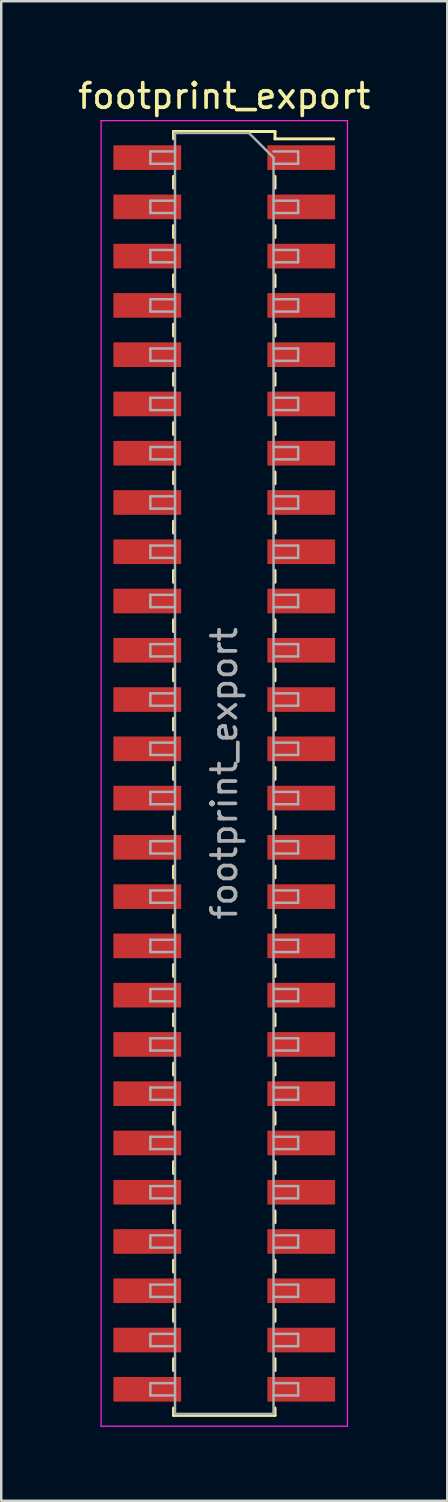
<source format=kicad_pcb>
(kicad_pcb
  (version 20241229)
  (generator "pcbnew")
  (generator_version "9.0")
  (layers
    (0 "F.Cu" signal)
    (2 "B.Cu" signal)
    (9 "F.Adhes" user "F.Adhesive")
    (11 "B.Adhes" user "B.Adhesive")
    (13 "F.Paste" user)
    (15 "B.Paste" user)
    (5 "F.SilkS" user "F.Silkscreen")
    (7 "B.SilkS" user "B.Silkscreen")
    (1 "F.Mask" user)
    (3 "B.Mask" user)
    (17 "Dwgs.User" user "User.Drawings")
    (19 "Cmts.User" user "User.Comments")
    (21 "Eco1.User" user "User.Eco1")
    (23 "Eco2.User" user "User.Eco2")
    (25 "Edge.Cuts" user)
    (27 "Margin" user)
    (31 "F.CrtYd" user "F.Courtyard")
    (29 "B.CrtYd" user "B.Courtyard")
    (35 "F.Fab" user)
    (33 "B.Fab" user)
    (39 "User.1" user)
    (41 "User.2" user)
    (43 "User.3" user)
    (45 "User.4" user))
  (footprint "footprint_export"
    (layer "F.Cu")
    (at 6.054 28.348)
    (property "Reference" "footprint_export" (at 0 -27.5 0) (layer "F.SilkS") (effects (font (size 1 1) (thickness 0.15))))
    (attr smd)
    (fp_line (start -2.06 -26.06) (end -2.06 -25.76) (stroke (width 0.12) (type solid)) (layer "F.SilkS"))
    (fp_line (start -2.06 -26.06) (end 2.06 -26.06) (stroke (width 0.12) (type solid)) (layer "F.SilkS"))
    (fp_line (start -2.06 -24.24) (end -2.06 -23.76) (stroke (width 0.12) (type solid)) (layer "F.SilkS"))
    (fp_line (start -2.06 -22.24) (end -2.06 -21.76) (stroke (width 0.12) (type solid)) (layer "F.SilkS"))
    (fp_line (start -2.06 -20.24) (end -2.06 -19.76) (stroke (width 0.12) (type solid)) (layer "F.SilkS"))
    (fp_line (start -2.06 -18.24) (end -2.06 -17.76) (stroke (width 0.12) (type solid)) (layer "F.SilkS"))
    (fp_line (start -2.06 -16.24) (end -2.06 -15.76) (stroke (width 0.12) (type solid)) (layer "F.SilkS"))
    (fp_line (start -2.06 -14.24) (end -2.06 -13.76) (stroke (width 0.12) (type solid)) (layer "F.SilkS"))
    (fp_line (start -2.06 -12.24) (end -2.06 -11.76) (stroke (width 0.12) (type solid)) (layer "F.SilkS"))
    (fp_line (start -2.06 -10.24) (end -2.06 -9.76) (stroke (width 0.12) (type solid)) (layer "F.SilkS"))
    (fp_line (start -2.06 -8.24) (end -2.06 -7.76) (stroke (width 0.12) (type solid)) (layer "F.SilkS"))
    (fp_line (start -2.06 -6.24) (end -2.06 -5.76) (stroke (width 0.12) (type solid)) (layer "F.SilkS"))
    (fp_line (start -2.06 -4.24) (end -2.06 -3.76) (stroke (width 0.12) (type solid)) (layer "F.SilkS"))
    (fp_line (start -2.06 -2.24) (end -2.06 -1.76) (stroke (width 0.12) (type solid)) (layer "F.SilkS"))
    (fp_line (start -2.06 -0.24) (end -2.06 0.24) (stroke (width 0.12) (type solid)) (layer "F.SilkS"))
    (fp_line (start -2.06 1.76) (end -2.06 2.24) (stroke (width 0.12) (type solid)) (layer "F.SilkS"))
    (fp_line (start -2.06 3.76) (end -2.06 4.24) (stroke (width 0.12) (type solid)) (layer "F.SilkS"))
    (fp_line (start -2.06 5.76) (end -2.06 6.24) (stroke (width 0.12) (type solid)) (layer "F.SilkS"))
    (fp_line (start -2.06 7.76) (end -2.06 8.24) (stroke (width 0.12) (type solid)) (layer "F.SilkS"))
    (fp_line (start -2.06 9.76) (end -2.06 10.24) (stroke (width 0.12) (type solid)) (layer "F.SilkS"))
    (fp_line (start -2.06 11.76) (end -2.06 12.24) (stroke (width 0.12) (type solid)) (layer "F.SilkS"))
    (fp_line (start -2.06 13.76) (end -2.06 14.24) (stroke (width 0.12) (type solid)) (layer "F.SilkS"))
    (fp_line (start -2.06 15.76) (end -2.06 16.24) (stroke (width 0.12) (type solid)) (layer "F.SilkS"))
    (fp_line (start -2.06 17.76) (end -2.06 18.24) (stroke (width 0.12) (type solid)) (layer "F.SilkS"))
    (fp_line (start -2.06 19.76) (end -2.06 20.24) (stroke (width 0.12) (type solid)) (layer "F.SilkS"))
    (fp_line (start -2.06 21.76) (end -2.06 22.24) (stroke (width 0.12) (type solid)) (layer "F.SilkS"))
    (fp_line (start -2.06 23.76) (end -2.06 24.24) (stroke (width 0.12) (type solid)) (layer "F.SilkS"))
    (fp_line (start -2.06 25.76) (end -2.06 26.06) (stroke (width 0.12) (type solid)) (layer "F.SilkS"))
    (fp_line (start -2.06 26.06) (end 2.06 26.06) (stroke (width 0.12) (type solid)) (layer "F.SilkS"))
    (fp_line (start 2.06 -26.06) (end 2.06 -25.76) (stroke (width 0.12) (type solid)) (layer "F.SilkS"))
    (fp_line (start 2.06 -25.76) (end 4.44 -25.76) (stroke (width 0.12) (type solid)) (layer "F.SilkS"))
    (fp_line (start 2.06 -24.24) (end 2.06 -23.76) (stroke (width 0.12) (type solid)) (layer "F.SilkS"))
    (fp_line (start 2.06 -22.24) (end 2.06 -21.76) (stroke (width 0.12) (type solid)) (layer "F.SilkS"))
    (fp_line (start 2.06 -20.24) (end 2.06 -19.76) (stroke (width 0.12) (type solid)) (layer "F.SilkS"))
    (fp_line (start 2.06 -18.24) (end 2.06 -17.76) (stroke (width 0.12) (type solid)) (layer "F.SilkS"))
    (fp_line (start 2.06 -16.24) (end 2.06 -15.76) (stroke (width 0.12) (type solid)) (layer "F.SilkS"))
    (fp_line (start 2.06 -14.24) (end 2.06 -13.76) (stroke (width 0.12) (type solid)) (layer "F.SilkS"))
    (fp_line (start 2.06 -12.24) (end 2.06 -11.76) (stroke (width 0.12) (type solid)) (layer "F.SilkS"))
    (fp_line (start 2.06 -10.24) (end 2.06 -9.76) (stroke (width 0.12) (type solid)) (layer "F.SilkS"))
    (fp_line (start 2.06 -8.24) (end 2.06 -7.76) (stroke (width 0.12) (type solid)) (layer "F.SilkS"))
    (fp_line (start 2.06 -6.24) (end 2.06 -5.76) (stroke (width 0.12) (type solid)) (layer "F.SilkS"))
    (fp_line (start 2.06 -4.24) (end 2.06 -3.76) (stroke (width 0.12) (type solid)) (layer "F.SilkS"))
    (fp_line (start 2.06 -2.24) (end 2.06 -1.76) (stroke (width 0.12) (type solid)) (layer "F.SilkS"))
    (fp_line (start 2.06 -0.24) (end 2.06 0.24) (stroke (width 0.12) (type solid)) (layer "F.SilkS"))
    (fp_line (start 2.06 1.76) (end 2.06 2.24) (stroke (width 0.12) (type solid)) (layer "F.SilkS"))
    (fp_line (start 2.06 3.76) (end 2.06 4.24) (stroke (width 0.12) (type solid)) (layer "F.SilkS"))
    (fp_line (start 2.06 5.76) (end 2.06 6.24) (stroke (width 0.12) (type solid)) (layer "F.SilkS"))
    (fp_line (start 2.06 7.76) (end 2.06 8.24) (stroke (width 0.12) (type solid)) (layer "F.SilkS"))
    (fp_line (start 2.06 9.76) (end 2.06 10.24) (stroke (width 0.12) (type solid)) (layer "F.SilkS"))
    (fp_line (start 2.06 11.76) (end 2.06 12.24) (stroke (width 0.12) (type solid)) (layer "F.SilkS"))
    (fp_line (start 2.06 13.76) (end 2.06 14.24) (stroke (width 0.12) (type solid)) (layer "F.SilkS"))
    (fp_line (start 2.06 15.76) (end 2.06 16.24) (stroke (width 0.12) (type solid)) (layer "F.SilkS"))
    (fp_line (start 2.06 17.76) (end 2.06 18.24) (stroke (width 0.12) (type solid)) (layer "F.SilkS"))
    (fp_line (start 2.06 19.76) (end 2.06 20.24) (stroke (width 0.12) (type solid)) (layer "F.SilkS"))
    (fp_line (start 2.06 21.76) (end 2.06 22.24) (stroke (width 0.12) (type solid)) (layer "F.SilkS"))
    (fp_line (start 2.06 23.76) (end 2.06 24.24) (stroke (width 0.12) (type solid)) (layer "F.SilkS"))
    (fp_line (start 2.06 25.76) (end 2.06 26.06) (stroke (width 0.12) (type solid)) (layer "F.SilkS"))
    (fp_line (start -5 -26.5) (end 5 -26.5) (stroke (width 0.05) (type solid)) (layer "F.CrtYd"))
    (fp_line (start -5 26.5) (end -5 -26.5) (stroke (width 0.05) (type solid)) (layer "F.CrtYd"))
    (fp_line (start 5 -26.5) (end 5 26.5) (stroke (width 0.05) (type solid)) (layer "F.CrtYd"))
    (fp_line (start 5 26.5) (end -5 26.5) (stroke (width 0.05) (type solid)) (layer "F.CrtYd"))
    (fp_line (start -3 -25.25) (end -2 -25.25) (stroke (width 0.1) (type solid)) (layer "F.Fab"))
    (fp_line (start -3 -24.75) (end -3 -25.25) (stroke (width 0.1) (type solid)) (layer "F.Fab"))
    (fp_line (start -3 -23.25) (end -2 -23.25) (stroke (width 0.1) (type solid)) (layer "F.Fab"))
    (fp_line (start -3 -22.75) (end -3 -23.25) (stroke (width 0.1) (type solid)) (layer "F.Fab"))
    (fp_line (start -3 -21.25) (end -2 -21.25) (stroke (width 0.1) (type solid)) (layer "F.Fab"))
    (fp_line (start -3 -20.75) (end -3 -21.25) (stroke (width 0.1) (type solid)) (layer "F.Fab"))
    (fp_line (start -3 -19.25) (end -2 -19.25) (stroke (width 0.1) (type solid)) (layer "F.Fab"))
    (fp_line (start -3 -18.75) (end -3 -19.25) (stroke (width 0.1) (type solid)) (layer "F.Fab"))
    (fp_line (start -3 -17.25) (end -2 -17.25) (stroke (width 0.1) (type solid)) (layer "F.Fab"))
    (fp_line (start -3 -16.75) (end -3 -17.25) (stroke (width 0.1) (type solid)) (layer "F.Fab"))
    (fp_line (start -3 -15.25) (end -2 -15.25) (stroke (width 0.1) (type solid)) (layer "F.Fab"))
    (fp_line (start -3 -14.75) (end -3 -15.25) (stroke (width 0.1) (type solid)) (layer "F.Fab"))
    (fp_line (start -3 -13.25) (end -2 -13.25) (stroke (width 0.1) (type solid)) (layer "F.Fab"))
    (fp_line (start -3 -12.75) (end -3 -13.25) (stroke (width 0.1) (type solid)) (layer "F.Fab"))
    (fp_line (start -3 -11.25) (end -2 -11.25) (stroke (width 0.1) (type solid)) (layer "F.Fab"))
    (fp_line (start -3 -10.75) (end -3 -11.25) (stroke (width 0.1) (type solid)) (layer "F.Fab"))
    (fp_line (start -3 -9.25) (end -2 -9.25) (stroke (width 0.1) (type solid)) (layer "F.Fab"))
    (fp_line (start -3 -8.75) (end -3 -9.25) (stroke (width 0.1) (type solid)) (layer "F.Fab"))
    (fp_line (start -3 -7.25) (end -2 -7.25) (stroke (width 0.1) (type solid)) (layer "F.Fab"))
    (fp_line (start -3 -6.75) (end -3 -7.25) (stroke (width 0.1) (type solid)) (layer "F.Fab"))
    (fp_line (start -3 -5.25) (end -2 -5.25) (stroke (width 0.1) (type solid)) (layer "F.Fab"))
    (fp_line (start -3 -4.75) (end -3 -5.25) (stroke (width 0.1) (type solid)) (layer "F.Fab"))
    (fp_line (start -3 -3.25) (end -2 -3.25) (stroke (width 0.1) (type solid)) (layer "F.Fab"))
    (fp_line (start -3 -2.75) (end -3 -3.25) (stroke (width 0.1) (type solid)) (layer "F.Fab"))
    (fp_line (start -3 -1.25) (end -2 -1.25) (stroke (width 0.1) (type solid)) (layer "F.Fab"))
    (fp_line (start -3 -0.75) (end -3 -1.25) (stroke (width 0.1) (type solid)) (layer "F.Fab"))
    (fp_line (start -3 0.75) (end -2 0.75) (stroke (width 0.1) (type solid)) (layer "F.Fab"))
    (fp_line (start -3 1.25) (end -3 0.75) (stroke (width 0.1) (type solid)) (layer "F.Fab"))
    (fp_line (start -3 2.75) (end -2 2.75) (stroke (width 0.1) (type solid)) (layer "F.Fab"))
    (fp_line (start -3 3.25) (end -3 2.75) (stroke (width 0.1) (type solid)) (layer "F.Fab"))
    (fp_line (start -3 4.75) (end -2 4.75) (stroke (width 0.1) (type solid)) (layer "F.Fab"))
    (fp_line (start -3 5.25) (end -3 4.75) (stroke (width 0.1) (type solid)) (layer "F.Fab"))
    (fp_line (start -3 6.75) (end -2 6.75) (stroke (width 0.1) (type solid)) (layer "F.Fab"))
    (fp_line (start -3 7.25) (end -3 6.75) (stroke (width 0.1) (type solid)) (layer "F.Fab"))
    (fp_line (start -3 8.75) (end -2 8.75) (stroke (width 0.1) (type solid)) (layer "F.Fab"))
    (fp_line (start -3 9.25) (end -3 8.75) (stroke (width 0.1) (type solid)) (layer "F.Fab"))
    (fp_line (start -3 10.75) (end -2 10.75) (stroke (width 0.1) (type solid)) (layer "F.Fab"))
    (fp_line (start -3 11.25) (end -3 10.75) (stroke (width 0.1) (type solid)) (layer "F.Fab"))
    (fp_line (start -3 12.75) (end -2 12.75) (stroke (width 0.1) (type solid)) (layer "F.Fab"))
    (fp_line (start -3 13.25) (end -3 12.75) (stroke (width 0.1) (type solid)) (layer "F.Fab"))
    (fp_line (start -3 14.75) (end -2 14.75) (stroke (width 0.1) (type solid)) (layer "F.Fab"))
    (fp_line (start -3 15.25) (end -3 14.75) (stroke (width 0.1) (type solid)) (layer "F.Fab"))
    (fp_line (start -3 16.75) (end -2 16.75) (stroke (width 0.1) (type solid)) (layer "F.Fab"))
    (fp_line (start -3 17.25) (end -3 16.75) (stroke (width 0.1) (type solid)) (layer "F.Fab"))
    (fp_line (start -3 18.75) (end -2 18.75) (stroke (width 0.1) (type solid)) (layer "F.Fab"))
    (fp_line (start -3 19.25) (end -3 18.75) (stroke (width 0.1) (type solid)) (layer "F.Fab"))
    (fp_line (start -3 20.75) (end -2 20.75) (stroke (width 0.1) (type solid)) (layer "F.Fab"))
    (fp_line (start -3 21.25) (end -3 20.75) (stroke (width 0.1) (type solid)) (layer "F.Fab"))
    (fp_line (start -3 22.75) (end -2 22.75) (stroke (width 0.1) (type solid)) (layer "F.Fab"))
    (fp_line (start -3 23.25) (end -3 22.75) (stroke (width 0.1) (type solid)) (layer "F.Fab"))
    (fp_line (start -3 24.75) (end -2 24.75) (stroke (width 0.1) (type solid)) (layer "F.Fab"))
    (fp_line (start -3 25.25) (end -3 24.75) (stroke (width 0.1) (type solid)) (layer "F.Fab"))
    (fp_line (start -2 -26) (end 1 -26) (stroke (width 0.1) (type solid)) (layer "F.Fab"))
    (fp_line (start -2 -24.75) (end -3 -24.75) (stroke (width 0.1) (type solid)) (layer "F.Fab"))
    (fp_line (start -2 -22.75) (end -3 -22.75) (stroke (width 0.1) (type solid)) (layer "F.Fab"))
    (fp_line (start -2 -20.75) (end -3 -20.75) (stroke (width 0.1) (type solid)) (layer "F.Fab"))
    (fp_line (start -2 -18.75) (end -3 -18.75) (stroke (width 0.1) (type solid)) (layer "F.Fab"))
    (fp_line (start -2 -16.75) (end -3 -16.75) (stroke (width 0.1) (type solid)) (layer "F.Fab"))
    (fp_line (start -2 -14.75) (end -3 -14.75) (stroke (width 0.1) (type solid)) (layer "F.Fab"))
    (fp_line (start -2 -12.75) (end -3 -12.75) (stroke (width 0.1) (type solid)) (layer "F.Fab"))
    (fp_line (start -2 -10.75) (end -3 -10.75) (stroke (width 0.1) (type solid)) (layer "F.Fab"))
    (fp_line (start -2 -8.75) (end -3 -8.75) (stroke (width 0.1) (type solid)) (layer "F.Fab"))
    (fp_line (start -2 -6.75) (end -3 -6.75) (stroke (width 0.1) (type solid)) (layer "F.Fab"))
    (fp_line (start -2 -4.75) (end -3 -4.75) (stroke (width 0.1) (type solid)) (layer "F.Fab"))
    (fp_line (start -2 -2.75) (end -3 -2.75) (stroke (width 0.1) (type solid)) (layer "F.Fab"))
    (fp_line (start -2 -0.75) (end -3 -0.75) (stroke (width 0.1) (type solid)) (layer "F.Fab"))
    (fp_line (start -2 1.25) (end -3 1.25) (stroke (width 0.1) (type solid)) (layer "F.Fab"))
    (fp_line (start -2 3.25) (end -3 3.25) (stroke (width 0.1) (type solid)) (layer "F.Fab"))
    (fp_line (start -2 5.25) (end -3 5.25) (stroke (width 0.1) (type solid)) (layer "F.Fab"))
    (fp_line (start -2 7.25) (end -3 7.25) (stroke (width 0.1) (type solid)) (layer "F.Fab"))
    (fp_line (start -2 9.25) (end -3 9.25) (stroke (width 0.1) (type solid)) (layer "F.Fab"))
    (fp_line (start -2 11.25) (end -3 11.25) (stroke (width 0.1) (type solid)) (layer "F.Fab"))
    (fp_line (start -2 13.25) (end -3 13.25) (stroke (width 0.1) (type solid)) (layer "F.Fab"))
    (fp_line (start -2 15.25) (end -3 15.25) (stroke (width 0.1) (type solid)) (layer "F.Fab"))
    (fp_line (start -2 17.25) (end -3 17.25) (stroke (width 0.1) (type solid)) (layer "F.Fab"))
    (fp_line (start -2 19.25) (end -3 19.25) (stroke (width 0.1) (type solid)) (layer "F.Fab"))
    (fp_line (start -2 21.25) (end -3 21.25) (stroke (width 0.1) (type solid)) (layer "F.Fab"))
    (fp_line (start -2 23.25) (end -3 23.25) (stroke (width 0.1) (type solid)) (layer "F.Fab"))
    (fp_line (start -2 25.25) (end -3 25.25) (stroke (width 0.1) (type solid)) (layer "F.Fab"))
    (fp_line (start -2 26) (end -2 -26) (stroke (width 0.1) (type solid)) (layer "F.Fab"))
    (fp_line (start 1 -26) (end 2 -25) (stroke (width 0.1) (type solid)) (layer "F.Fab"))
    (fp_line (start 2 -25.25) (end 3 -25.25) (stroke (width 0.1) (type solid)) (layer "F.Fab"))
    (fp_line (start 2 -25) (end 2 26) (stroke (width 0.1) (type solid)) (layer "F.Fab"))
    (fp_line (start 2 -23.25) (end 3 -23.25) (stroke (width 0.1) (type solid)) (layer "F.Fab"))
    (fp_line (start 2 -21.25) (end 3 -21.25) (stroke (width 0.1) (type solid)) (layer "F.Fab"))
    (fp_line (start 2 -19.25) (end 3 -19.25) (stroke (width 0.1) (type solid)) (layer "F.Fab"))
    (fp_line (start 2 -17.25) (end 3 -17.25) (stroke (width 0.1) (type solid)) (layer "F.Fab"))
    (fp_line (start 2 -15.25) (end 3 -15.25) (stroke (width 0.1) (type solid)) (layer "F.Fab"))
    (fp_line (start 2 -13.25) (end 3 -13.25) (stroke (width 0.1) (type solid)) (layer "F.Fab"))
    (fp_line (start 2 -11.25) (end 3 -11.25) (stroke (width 0.1) (type solid)) (layer "F.Fab"))
    (fp_line (start 2 -9.25) (end 3 -9.25) (stroke (width 0.1) (type solid)) (layer "F.Fab"))
    (fp_line (start 2 -7.25) (end 3 -7.25) (stroke (width 0.1) (type solid)) (layer "F.Fab"))
    (fp_line (start 2 -5.25) (end 3 -5.25) (stroke (width 0.1) (type solid)) (layer "F.Fab"))
    (fp_line (start 2 -3.25) (end 3 -3.25) (stroke (width 0.1) (type solid)) (layer "F.Fab"))
    (fp_line (start 2 -1.25) (end 3 -1.25) (stroke (width 0.1) (type solid)) (layer "F.Fab"))
    (fp_line (start 2 0.75) (end 3 0.75) (stroke (width 0.1) (type solid)) (layer "F.Fab"))
    (fp_line (start 2 2.75) (end 3 2.75) (stroke (width 0.1) (type solid)) (layer "F.Fab"))
    (fp_line (start 2 4.75) (end 3 4.75) (stroke (width 0.1) (type solid)) (layer "F.Fab"))
    (fp_line (start 2 6.75) (end 3 6.75) (stroke (width 0.1) (type solid)) (layer "F.Fab"))
    (fp_line (start 2 8.75) (end 3 8.75) (stroke (width 0.1) (type solid)) (layer "F.Fab"))
    (fp_line (start 2 10.75) (end 3 10.75) (stroke (width 0.1) (type solid)) (layer "F.Fab"))
    (fp_line (start 2 12.75) (end 3 12.75) (stroke (width 0.1) (type solid)) (layer "F.Fab"))
    (fp_line (start 2 14.75) (end 3 14.75) (stroke (width 0.1) (type solid)) (layer "F.Fab"))
    (fp_line (start 2 16.75) (end 3 16.75) (stroke (width 0.1) (type solid)) (layer "F.Fab"))
    (fp_line (start 2 18.75) (end 3 18.75) (stroke (width 0.1) (type solid)) (layer "F.Fab"))
    (fp_line (start 2 20.75) (end 3 20.75) (stroke (width 0.1) (type solid)) (layer "F.Fab"))
    (fp_line (start 2 22.75) (end 3 22.75) (stroke (width 0.1) (type solid)) (layer "F.Fab"))
    (fp_line (start 2 24.75) (end 3 24.75) (stroke (width 0.1) (type solid)) (layer "F.Fab"))
    (fp_line (start 2 26) (end -2 26) (stroke (width 0.1) (type solid)) (layer "F.Fab"))
    (fp_line (start 3 -25.25) (end 3 -24.75) (stroke (width 0.1) (type solid)) (layer "F.Fab"))
    (fp_line (start 3 -24.75) (end 2 -24.75) (stroke (width 0.1) (type solid)) (layer "F.Fab"))
    (fp_line (start 3 -23.25) (end 3 -22.75) (stroke (width 0.1) (type solid)) (layer "F.Fab"))
    (fp_line (start 3 -22.75) (end 2 -22.75) (stroke (width 0.1) (type solid)) (layer "F.Fab"))
    (fp_line (start 3 -21.25) (end 3 -20.75) (stroke (width 0.1) (type solid)) (layer "F.Fab"))
    (fp_line (start 3 -20.75) (end 2 -20.75) (stroke (width 0.1) (type solid)) (layer "F.Fab"))
    (fp_line (start 3 -19.25) (end 3 -18.75) (stroke (width 0.1) (type solid)) (layer "F.Fab"))
    (fp_line (start 3 -18.75) (end 2 -18.75) (stroke (width 0.1) (type solid)) (layer "F.Fab"))
    (fp_line (start 3 -17.25) (end 3 -16.75) (stroke (width 0.1) (type solid)) (layer "F.Fab"))
    (fp_line (start 3 -16.75) (end 2 -16.75) (stroke (width 0.1) (type solid)) (layer "F.Fab"))
    (fp_line (start 3 -15.25) (end 3 -14.75) (stroke (width 0.1) (type solid)) (layer "F.Fab"))
    (fp_line (start 3 -14.75) (end 2 -14.75) (stroke (width 0.1) (type solid)) (layer "F.Fab"))
    (fp_line (start 3 -13.25) (end 3 -12.75) (stroke (width 0.1) (type solid)) (layer "F.Fab"))
    (fp_line (start 3 -12.75) (end 2 -12.75) (stroke (width 0.1) (type solid)) (layer "F.Fab"))
    (fp_line (start 3 -11.25) (end 3 -10.75) (stroke (width 0.1) (type solid)) (layer "F.Fab"))
    (fp_line (start 3 -10.75) (end 2 -10.75) (stroke (width 0.1) (type solid)) (layer "F.Fab"))
    (fp_line (start 3 -9.25) (end 3 -8.75) (stroke (width 0.1) (type solid)) (layer "F.Fab"))
    (fp_line (start 3 -8.75) (end 2 -8.75) (stroke (width 0.1) (type solid)) (layer "F.Fab"))
    (fp_line (start 3 -7.25) (end 3 -6.75) (stroke (width 0.1) (type solid)) (layer "F.Fab"))
    (fp_line (start 3 -6.75) (end 2 -6.75) (stroke (width 0.1) (type solid)) (layer "F.Fab"))
    (fp_line (start 3 -5.25) (end 3 -4.75) (stroke (width 0.1) (type solid)) (layer "F.Fab"))
    (fp_line (start 3 -4.75) (end 2 -4.75) (stroke (width 0.1) (type solid)) (layer "F.Fab"))
    (fp_line (start 3 -3.25) (end 3 -2.75) (stroke (width 0.1) (type solid)) (layer "F.Fab"))
    (fp_line (start 3 -2.75) (end 2 -2.75) (stroke (width 0.1) (type solid)) (layer "F.Fab"))
    (fp_line (start 3 -1.25) (end 3 -0.75) (stroke (width 0.1) (type solid)) (layer "F.Fab"))
    (fp_line (start 3 -0.75) (end 2 -0.75) (stroke (width 0.1) (type solid)) (layer "F.Fab"))
    (fp_line (start 3 0.75) (end 3 1.25) (stroke (width 0.1) (type solid)) (layer "F.Fab"))
    (fp_line (start 3 1.25) (end 2 1.25) (stroke (width 0.1) (type solid)) (layer "F.Fab"))
    (fp_line (start 3 2.75) (end 3 3.25) (stroke (width 0.1) (type solid)) (layer "F.Fab"))
    (fp_line (start 3 3.25) (end 2 3.25) (stroke (width 0.1) (type solid)) (layer "F.Fab"))
    (fp_line (start 3 4.75) (end 3 5.25) (stroke (width 0.1) (type solid)) (layer "F.Fab"))
    (fp_line (start 3 5.25) (end 2 5.25) (stroke (width 0.1) (type solid)) (layer "F.Fab"))
    (fp_line (start 3 6.75) (end 3 7.25) (stroke (width 0.1) (type solid)) (layer "F.Fab"))
    (fp_line (start 3 7.25) (end 2 7.25) (stroke (width 0.1) (type solid)) (layer "F.Fab"))
    (fp_line (start 3 8.75) (end 3 9.25) (stroke (width 0.1) (type solid)) (layer "F.Fab"))
    (fp_line (start 3 9.25) (end 2 9.25) (stroke (width 0.1) (type solid)) (layer "F.Fab"))
    (fp_line (start 3 10.75) (end 3 11.25) (stroke (width 0.1) (type solid)) (layer "F.Fab"))
    (fp_line (start 3 11.25) (end 2 11.25) (stroke (width 0.1) (type solid)) (layer "F.Fab"))
    (fp_line (start 3 12.75) (end 3 13.25) (stroke (width 0.1) (type solid)) (layer "F.Fab"))
    (fp_line (start 3 13.25) (end 2 13.25) (stroke (width 0.1) (type solid)) (layer "F.Fab"))
    (fp_line (start 3 14.75) (end 3 15.25) (stroke (width 0.1) (type solid)) (layer "F.Fab"))
    (fp_line (start 3 15.25) (end 2 15.25) (stroke (width 0.1) (type solid)) (layer "F.Fab"))
    (fp_line (start 3 16.75) (end 3 17.25) (stroke (width 0.1) (type solid)) (layer "F.Fab"))
    (fp_line (start 3 17.25) (end 2 17.25) (stroke (width 0.1) (type solid)) (layer "F.Fab"))
    (fp_line (start 3 18.75) (end 3 19.25) (stroke (width 0.1) (type solid)) (layer "F.Fab"))
    (fp_line (start 3 19.25) (end 2 19.25) (stroke (width 0.1) (type solid)) (layer "F.Fab"))
    (fp_line (start 3 20.75) (end 3 21.25) (stroke (width 0.1) (type solid)) (layer "F.Fab"))
    (fp_line (start 3 21.25) (end 2 21.25) (stroke (width 0.1) (type solid)) (layer "F.Fab"))
    (fp_line (start 3 22.75) (end 3 23.25) (stroke (width 0.1) (type solid)) (layer "F.Fab"))
    (fp_line (start 3 23.25) (end 2 23.25) (stroke (width 0.1) (type solid)) (layer "F.Fab"))
    (fp_line (start 3 24.75) (end 3 25.25) (stroke (width 0.1) (type solid)) (layer "F.Fab"))
    (fp_line (start 3 25.25) (end 2 25.25) (stroke (width 0.1) (type solid)) (layer "F.Fab"))
    (fp_text user "${REFERENCE}" (at 0 0 90) (layer "F.Fab") (effects (font (size 1 1) (thickness 0.15))))
    (pad "1" smd rect (at 3.125 -25) (size 2.75 1) (layers "F.Cu" "F.Mask" "F.Paste"))
    (pad "2" smd rect (at -3.125 -25) (size 2.75 1) (layers "F.Cu" "F.Mask" "F.Paste"))
    (pad "3" smd rect (at 3.125 -23) (size 2.75 1) (layers "F.Cu" "F.Mask" "F.Paste"))
    (pad "4" smd rect (at -3.125 -23) (size 2.75 1) (layers "F.Cu" "F.Mask" "F.Paste"))
    (pad "5" smd rect (at 3.125 -21) (size 2.75 1) (layers "F.Cu" "F.Mask" "F.Paste"))
    (pad "6" smd rect (at -3.125 -21) (size 2.75 1) (layers "F.Cu" "F.Mask" "F.Paste"))
    (pad "7" smd rect (at 3.125 -19) (size 2.75 1) (layers "F.Cu" "F.Mask" "F.Paste"))
    (pad "8" smd rect (at -3.125 -19) (size 2.75 1) (layers "F.Cu" "F.Mask" "F.Paste"))
    (pad "9" smd rect (at 3.125 -17) (size 2.75 1) (layers "F.Cu" "F.Mask" "F.Paste"))
    (pad "10" smd rect (at -3.125 -17) (size 2.75 1) (layers "F.Cu" "F.Mask" "F.Paste"))
    (pad "11" smd rect (at 3.125 -15) (size 2.75 1) (layers "F.Cu" "F.Mask" "F.Paste"))
    (pad "12" smd rect (at -3.125 -15) (size 2.75 1) (layers "F.Cu" "F.Mask" "F.Paste"))
    (pad "13" smd rect (at 3.125 -13) (size 2.75 1) (layers "F.Cu" "F.Mask" "F.Paste"))
    (pad "14" smd rect (at -3.125 -13) (size 2.75 1) (layers "F.Cu" "F.Mask" "F.Paste"))
    (pad "15" smd rect (at 3.125 -11) (size 2.75 1) (layers "F.Cu" "F.Mask" "F.Paste"))
    (pad "16" smd rect (at -3.125 -11) (size 2.75 1) (layers "F.Cu" "F.Mask" "F.Paste"))
    (pad "17" smd rect (at 3.125 -9) (size 2.75 1) (layers "F.Cu" "F.Mask" "F.Paste"))
    (pad "18" smd rect (at -3.125 -9) (size 2.75 1) (layers "F.Cu" "F.Mask" "F.Paste"))
    (pad "19" smd rect (at 3.125 -7) (size 2.75 1) (layers "F.Cu" "F.Mask" "F.Paste"))
    (pad "20" smd rect (at -3.125 -7) (size 2.75 1) (layers "F.Cu" "F.Mask" "F.Paste"))
    (pad "21" smd rect (at 3.125 -5) (size 2.75 1) (layers "F.Cu" "F.Mask" "F.Paste"))
    (pad "22" smd rect (at -3.125 -5) (size 2.75 1) (layers "F.Cu" "F.Mask" "F.Paste"))
    (pad "23" smd rect (at 3.125 -3) (size 2.75 1) (layers "F.Cu" "F.Mask" "F.Paste"))
    (pad "24" smd rect (at -3.125 -3) (size 2.75 1) (layers "F.Cu" "F.Mask" "F.Paste"))
    (pad "25" smd rect (at 3.125 -1) (size 2.75 1) (layers "F.Cu" "F.Mask" "F.Paste"))
    (pad "26" smd rect (at -3.125 -1) (size 2.75 1) (layers "F.Cu" "F.Mask" "F.Paste"))
    (pad "27" smd rect (at 3.125 1) (size 2.75 1) (layers "F.Cu" "F.Mask" "F.Paste"))
    (pad "28" smd rect (at -3.125 1) (size 2.75 1) (layers "F.Cu" "F.Mask" "F.Paste"))
    (pad "29" smd rect (at 3.125 3) (size 2.75 1) (layers "F.Cu" "F.Mask" "F.Paste"))
    (pad "30" smd rect (at -3.125 3) (size 2.75 1) (layers "F.Cu" "F.Mask" "F.Paste"))
    (pad "31" smd rect (at 3.125 5) (size 2.75 1) (layers "F.Cu" "F.Mask" "F.Paste"))
    (pad "32" smd rect (at -3.125 5) (size 2.75 1) (layers "F.Cu" "F.Mask" "F.Paste"))
    (pad "33" smd rect (at 3.125 7) (size 2.75 1) (layers "F.Cu" "F.Mask" "F.Paste"))
    (pad "34" smd rect (at -3.125 7) (size 2.75 1) (layers "F.Cu" "F.Mask" "F.Paste"))
    (pad "35" smd rect (at 3.125 9) (size 2.75 1) (layers "F.Cu" "F.Mask" "F.Paste"))
    (pad "36" smd rect (at -3.125 9) (size 2.75 1) (layers "F.Cu" "F.Mask" "F.Paste"))
    (pad "37" smd rect (at 3.125 11) (size 2.75 1) (layers "F.Cu" "F.Mask" "F.Paste"))
    (pad "38" smd rect (at -3.125 11) (size 2.75 1) (layers "F.Cu" "F.Mask" "F.Paste"))
    (pad "39" smd rect (at 3.125 13) (size 2.75 1) (layers "F.Cu" "F.Mask" "F.Paste"))
    (pad "40" smd rect (at -3.125 13) (size 2.75 1) (layers "F.Cu" "F.Mask" "F.Paste"))
    (pad "41" smd rect (at 3.125 15) (size 2.75 1) (layers "F.Cu" "F.Mask" "F.Paste"))
    (pad "42" smd rect (at -3.125 15) (size 2.75 1) (layers "F.Cu" "F.Mask" "F.Paste"))
    (pad "43" smd rect (at 3.125 17) (size 2.75 1) (layers "F.Cu" "F.Mask" "F.Paste"))
    (pad "44" smd rect (at -3.125 17) (size 2.75 1) (layers "F.Cu" "F.Mask" "F.Paste"))
    (pad "45" smd rect (at 3.125 19) (size 2.75 1) (layers "F.Cu" "F.Mask" "F.Paste"))
    (pad "46" smd rect (at -3.125 19) (size 2.75 1) (layers "F.Cu" "F.Mask" "F.Paste"))
    (pad "47" smd rect (at 3.125 21) (size 2.75 1) (layers "F.Cu" "F.Mask" "F.Paste"))
    (pad "48" smd rect (at -3.125 21) (size 2.75 1) (layers "F.Cu" "F.Mask" "F.Paste"))
    (pad "49" smd rect (at 3.125 23) (size 2.75 1) (layers "F.Cu" "F.Mask" "F.Paste"))
    (pad "50" smd rect (at -3.125 23) (size 2.75 1) (layers "F.Cu" "F.Mask" "F.Paste"))
    (pad "51" smd rect (at 3.125 25) (size 2.75 1) (layers "F.Cu" "F.Mask" "F.Paste"))
    (pad "52" smd rect (at -3.125 25) (size 2.75 1) (layers "F.Cu" "F.Mask" "F.Paste")))
  (gr_rect
    (start -3 -3)
    (end 15.107 57.873)
    (stroke (width 0.1) (type default))
    (fill no)
    (layer "Edge.Cuts")))
</source>
